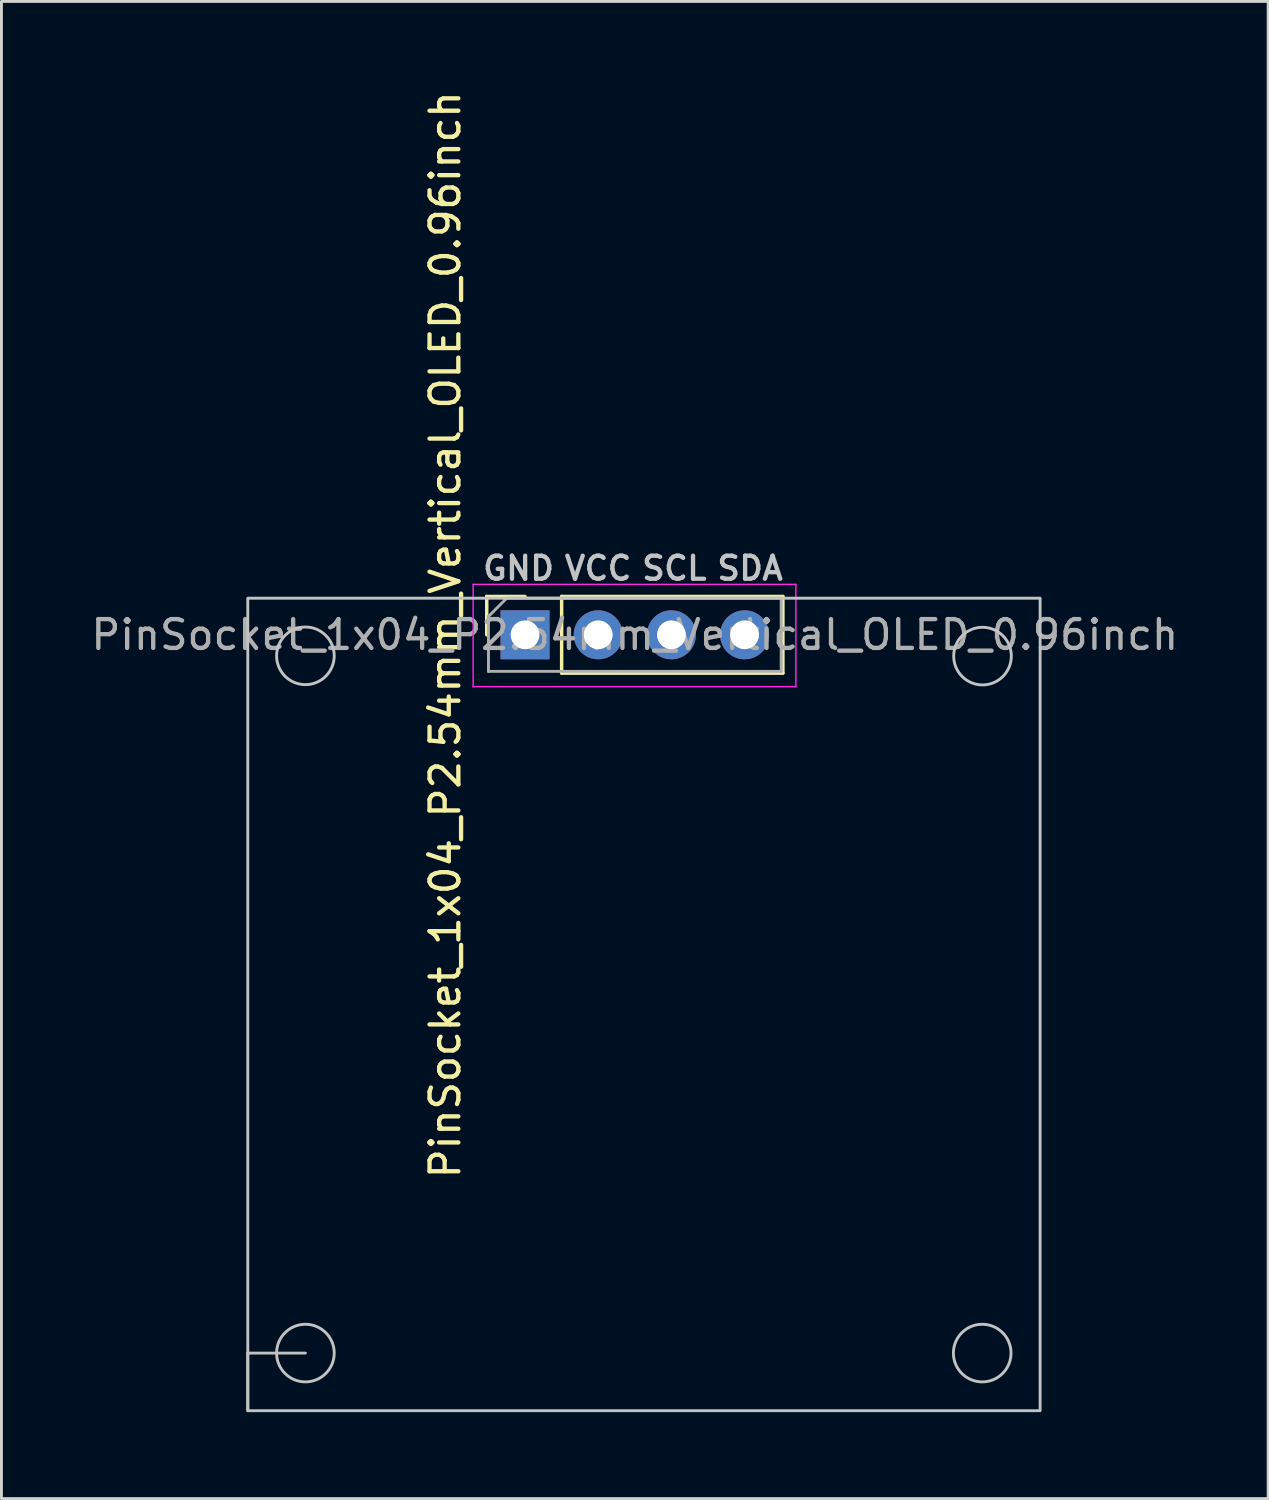
<source format=kicad_pcb>
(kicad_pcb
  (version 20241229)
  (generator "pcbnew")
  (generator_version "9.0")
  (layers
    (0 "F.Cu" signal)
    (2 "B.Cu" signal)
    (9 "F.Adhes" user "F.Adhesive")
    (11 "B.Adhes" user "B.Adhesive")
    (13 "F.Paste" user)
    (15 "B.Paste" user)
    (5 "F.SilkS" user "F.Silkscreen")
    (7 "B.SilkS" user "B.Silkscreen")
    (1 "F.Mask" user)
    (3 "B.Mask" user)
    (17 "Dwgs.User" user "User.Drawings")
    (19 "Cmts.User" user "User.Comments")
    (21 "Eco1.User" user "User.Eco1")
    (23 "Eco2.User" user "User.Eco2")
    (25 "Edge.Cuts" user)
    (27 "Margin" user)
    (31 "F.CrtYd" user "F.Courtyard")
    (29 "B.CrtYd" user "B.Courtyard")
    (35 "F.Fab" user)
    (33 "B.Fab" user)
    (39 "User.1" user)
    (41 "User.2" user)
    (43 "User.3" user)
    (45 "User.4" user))
  (footprint "PinSocket_1x04_P2.54mm_Vertical_OLED_0.96inch"
    (layer "F.Cu")
    (at 19.3 17.702)
    (property "Reference" "PinSocket_1x04_P2.54mm_Vertical_OLED_0.96inch" (at -6.897 1.28 90) (layer "F.SilkS") (effects (font (size 1 1) (thickness 0.15))))
    (attr through_hole)
    (fp_line (start -5.457 -0.05) (end -4.128 -0.05) (stroke (width 0.12) (type solid)) (layer "F.SilkS"))
    (fp_line (start -5.457 1.28) (end -5.457 -0.05) (stroke (width 0.12) (type solid)) (layer "F.SilkS"))
    (fp_line (start -2.857 -0.05) (end 4.822 -0.05) (stroke (width 0.12) (type solid)) (layer "F.SilkS"))
    (fp_line (start -2.857 2.61) (end -2.857 -0.05) (stroke (width 0.12) (type solid)) (layer "F.SilkS"))
    (fp_line (start -2.857 2.61) (end 4.822 2.61) (stroke (width 0.12) (type solid)) (layer "F.SilkS"))
    (fp_line (start 4.822 2.61) (end 4.822 -0.05) (stroke (width 0.12) (type solid)) (layer "F.SilkS"))
    (fp_line (start -13.75 26.21) (end -11.75 26.21) (stroke (width 0.1) (type solid)) (layer "Dwgs.User"))
    (fp_line (start -13.75 28.21) (end -13.75 26.21) (stroke (width 0.1) (type solid)) (layer "Dwgs.User"))
    (fp_rect (start -13.75 0.01) (end 13.75 28.21) (stroke (width 0.1) (type solid)) (fill no) (layer "Dwgs.User"))
    (fp_circle (center -11.75 2.01) (end -10.75 2.01) (stroke (width 0.1) (type solid)) (fill no) (layer "Dwgs.User"))
    (fp_circle (center -11.75 26.21) (end -11.75 25.21) (stroke (width 0.1) (type solid)) (fill no) (layer "Dwgs.User"))
    (fp_circle (center 11.74 26.21) (end 10.74 26.21) (stroke (width 0.1) (type solid)) (fill no) (layer "Dwgs.User"))
    (fp_circle (center 11.75 2.02) (end 10.75 2.02) (stroke (width 0.1) (type solid)) (fill no) (layer "Dwgs.User"))
    (fp_line (start -5.928 -0.47) (end 5.272 -0.47) (stroke (width 0.05) (type solid)) (layer "F.CrtYd"))
    (fp_line (start -5.928 3.08) (end -5.928 -0.47) (stroke (width 0.05) (type solid)) (layer "F.CrtYd"))
    (fp_line (start 5.272 -0.47) (end 5.272 3.08) (stroke (width 0.05) (type solid)) (layer "F.CrtYd"))
    (fp_line (start 5.272 3.08) (end -5.928 3.08) (stroke (width 0.05) (type solid)) (layer "F.CrtYd"))
    (fp_line (start -5.397 0.645) (end -4.763 0.01) (stroke (width 0.1) (type solid)) (layer "F.Fab"))
    (fp_line (start -5.397 2.55) (end -5.397 0.645) (stroke (width 0.1) (type solid)) (layer "F.Fab"))
    (fp_line (start -4.763 0.01) (end 4.763 0.01) (stroke (width 0.1) (type solid)) (layer "F.Fab"))
    (fp_line (start 4.763 0.01) (end 4.763 2.55) (stroke (width 0.1) (type solid)) (layer "F.Fab"))
    (fp_line (start 4.763 2.55) (end -5.397 2.55) (stroke (width 0.1) (type solid)) (layer "F.Fab"))
    (fp_text user "VCC" (at -2.833 -0.56 0) (unlocked yes) (layer "Dwgs.User") (effects (font (size 0.8 0.8) (thickness 0.15)) (justify left bottom)))
    (fp_text user "GND" (at -5.67 -0.56 0) (unlocked yes) (layer "Dwgs.User") (effects (font (size 0.8 0.8) (thickness 0.15)) (justify left bottom)))
    (fp_text user "SDA" (at 2.46 -0.56 0) (unlocked yes) (layer "Dwgs.User") (effects (font (size 0.8 0.8) (thickness 0.15)) (justify left bottom)))
    (fp_text user "SCL" (at -0.148 -0.56 0) (unlocked yes) (layer "Dwgs.User") (effects (font (size 0.8 0.8) (thickness 0.15)) (justify left bottom)))
    (fp_text user "${REFERENCE}" (at -0.318 1.28 180) (layer "F.Fab") (effects (font (size 1 1) (thickness 0.15))))
    (pad "GND" thru_hole rect (at -4.128 1.28 90) (size 1.7 1.7) (drill 1) (layers "*.Cu" "*.Mask"))
    (pad "SCL" thru_hole circle (at 0.953 1.28 90) (size 1.7 1.7) (drill 1) (layers "*.Cu" "*.Mask"))
    (pad "SDA" thru_hole circle (at 3.493 1.28 90) (size 1.7 1.7) (drill 1) (layers "*.Cu" "*.Mask"))
    (pad "VCC" thru_hole circle (at -1.587 1.28 90) (size 1.7 1.7) (drill 1) (layers "*.Cu" "*.Mask")))
  (gr_rect
    (start -3 -3)
    (end 40.964 48.962)
    (stroke (width 0.1) (type default))
    (fill no)
    (layer "Edge.Cuts")))
</source>
